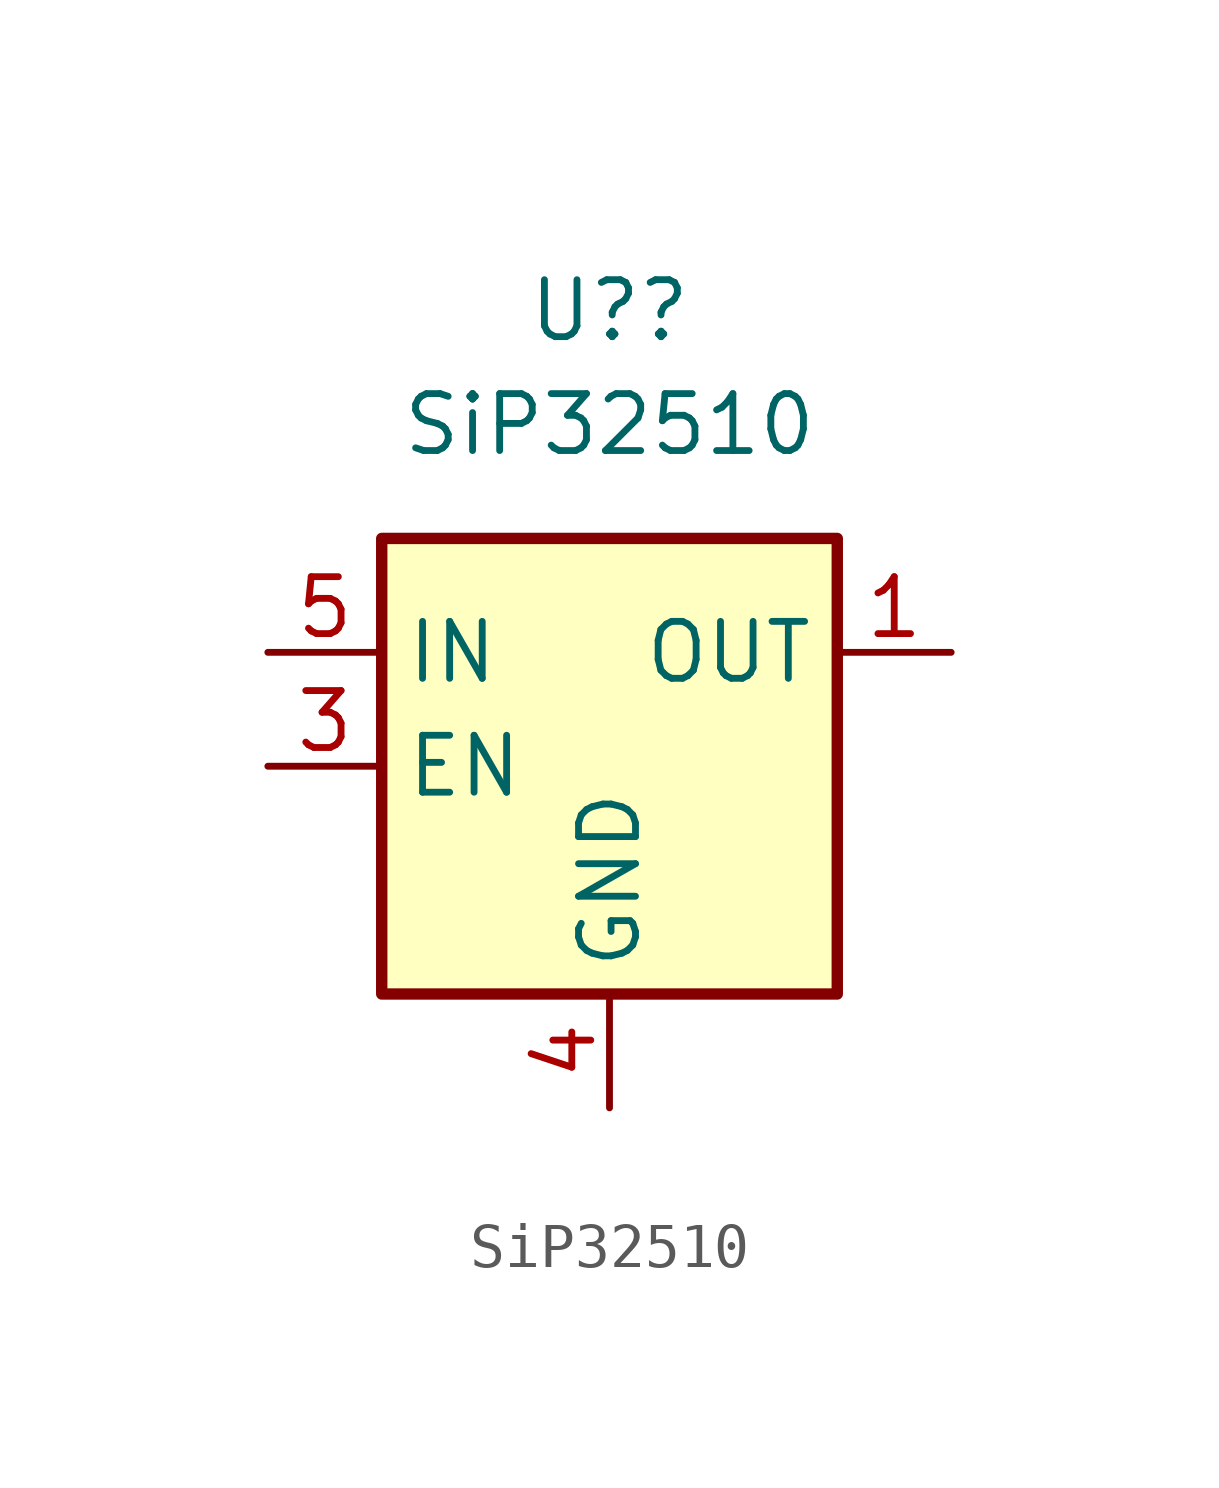
<source format=kicad_sym>
(kicad_symbol_lib
  (version 20231120)
  (generator "kicad_symbol_editor")
  (generator_version "8.0")
  (symbol "SiP32510"
    (property "Reference" "U?"
      (at 0 10.16 0)
      (effects (font (size 1.27 1.27))))
    (property "Value" "SiP32510"
      (at 0 7.62 0)
      (effects (font (size 1.27 1.27))))
    (symbol "SiP32510_0_1"
      (rectangle (start -5.08 5.08) (end 5.08 -5.08) (stroke (width 0.254) (type default)) (fill (type background))))
    (symbol "SiP32510_1_1"
      (pin passive line (at 7.62 2.54 180) (length 2.54) (name "OUT" (effects (font (size 1.27 1.27)))) (number "1" (effects (font (size 1.27 1.27)))))
      (pin passive line (at 7.62 2.54 180) (length 2.54) hide (name "OUT" (effects (font (size 1.27 1.27)))) (number "2" (effects (font (size 1.27 1.27)))))
      (pin input line (at -7.62 0 0) (length 2.54) (name "EN" (effects (font (size 1.27 1.27)))) (number "3" (effects (font (size 1.27 1.27)))))
      (pin power_in line (at 0 -7.62 90) (length 2.54) (name "GND" (effects (font (size 1.27 1.27)))) (number "4" (effects (font (size 1.27 1.27)))))
      (pin passive line (at -7.62 2.54 0) (length 2.54) (name "IN" (effects (font (size 1.27 1.27)))) (number "5" (effects (font (size 1.27 1.27)))))
      (pin passive line (at -7.62 2.54 0) (length 2.54) hide (name "IN" (effects (font (size 1.27 1.27)))) (number "6" (effects (font (size 1.27 1.27)))))
      (pin no_connect line (at 5.08 0 180) (length 2.54) hide (name "NC" (effects (font (size 1.27 1.27)))) (number "6" (effects (font (size 1.27 1.27))))))))
</source>
